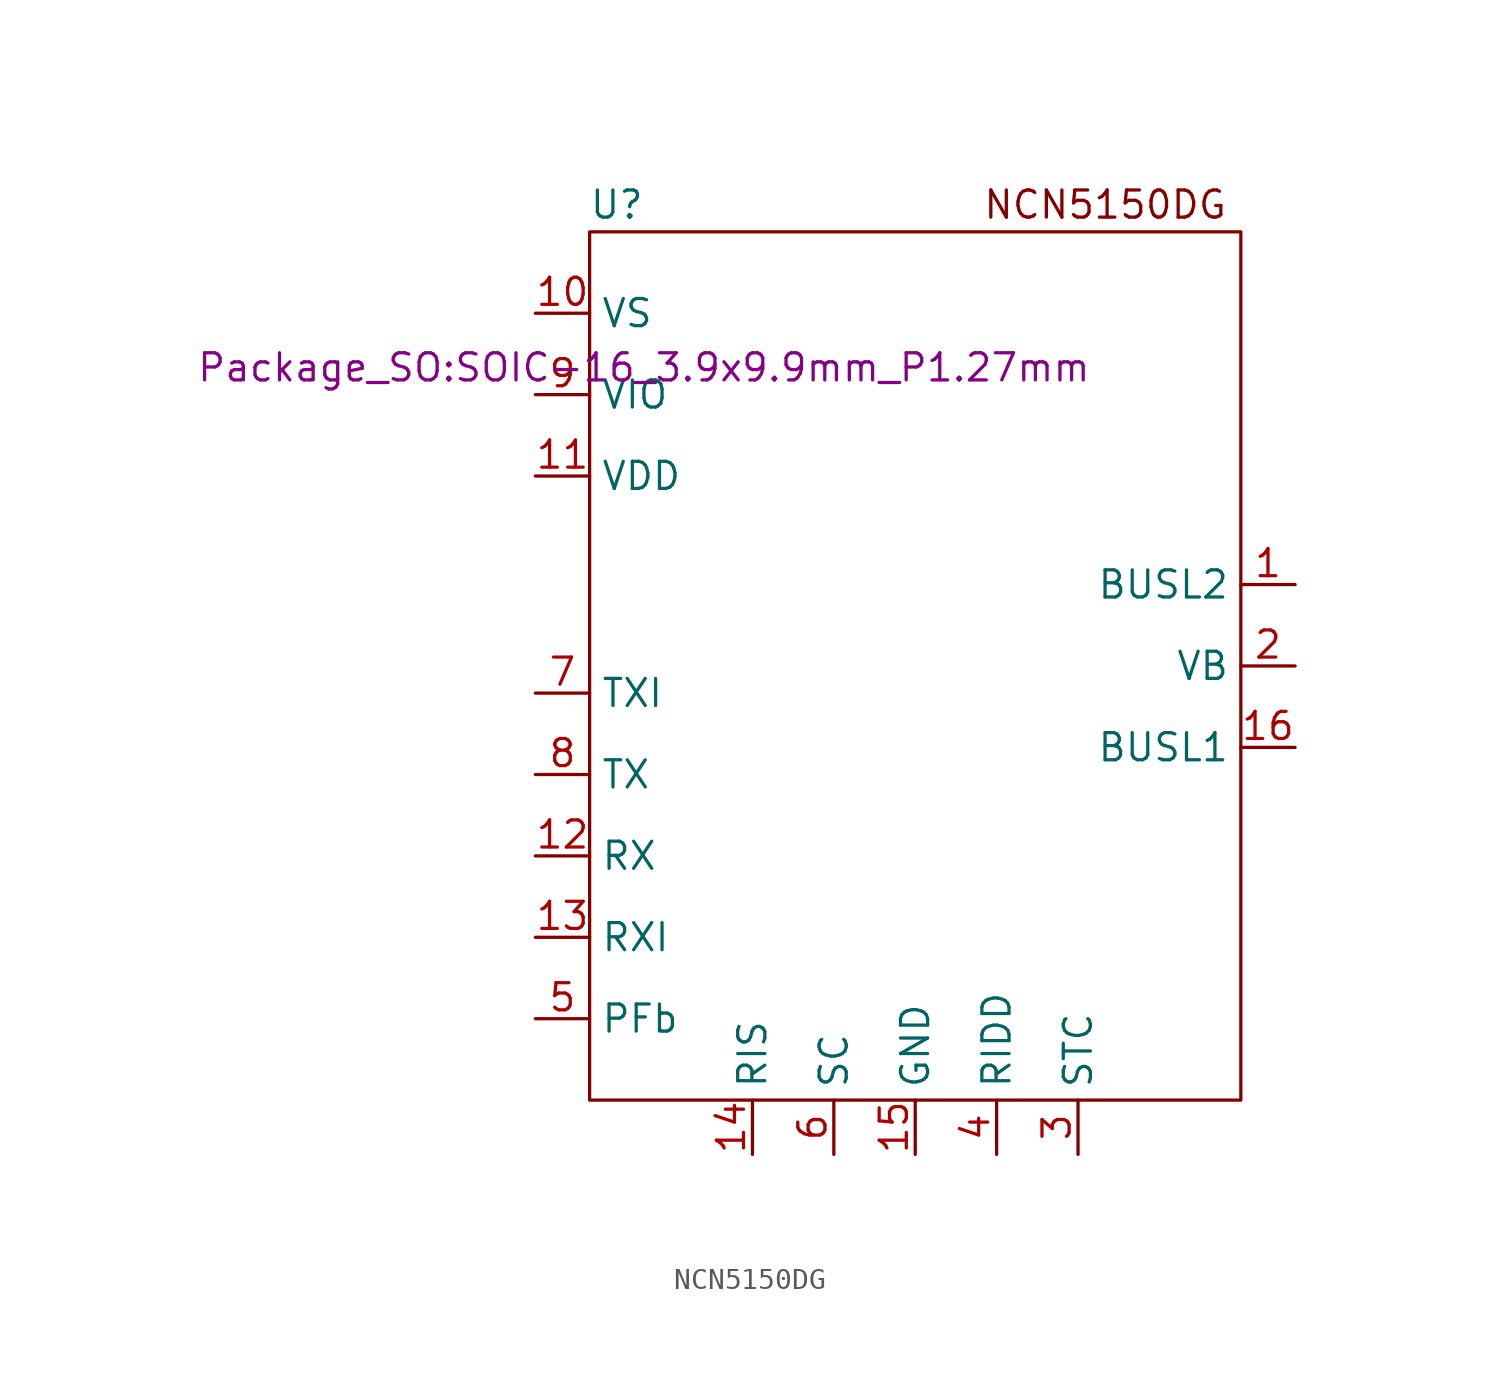
<source format=kicad_sym>
(kicad_symbol_lib
  (version 20220914)
  (generator kicad_symbol_editor)
  (symbol "NCN5150DG"
    (property "Reference" "U"
      (at -13.97 21.59 0)
      (effects (font (size 1.27 1.27))))
    (property "Value" ""
      (at -12.7 13.97 0)
      (effects (font (size 1.27 1.27))))
    (property "Footprint" "Package_SO:SOIC-16_3.9x9.9mm_P1.27mm"
      (at -12.7 13.97 0)
      (effects (font (size 1.27 1.27))))
    (symbol "NCN5150DG_0_1"
      (rectangle (start -15.24 20.32) (end 15.24 -20.32) (stroke (width 0) (type default)) (fill (type none))))
    (symbol "NCN5150DG_1_1"
      (text "NCN5150DG" (at 8.89 21.59 0) (effects (font (size 1.27 1.27))))
      (pin bidirectional line (at 17.78 3.81 180) (length 2.54) (name "BUSL2" (effects (font (size 1.27 1.27)))) (number "1" (effects (font (size 1.27 1.27)))))
      (pin output line (at -17.78 16.51 0) (length 2.54) (name "VS" (effects (font (size 1.27 1.27)))) (number "10" (effects (font (size 1.27 1.27)))))
      (pin power_in line (at -17.78 8.89 0) (length 2.54) (name "VDD" (effects (font (size 1.27 1.27)))) (number "11" (effects (font (size 1.27 1.27)))))
      (pin input line (at -17.78 -8.89 0) (length 2.54) (name "RX" (effects (font (size 1.27 1.27)))) (number "12" (effects (font (size 1.27 1.27)))))
      (pin input line (at -17.78 -12.7 0) (length 2.54) (name "RXI" (effects (font (size 1.27 1.27)))) (number "13" (effects (font (size 1.27 1.27)))))
      (pin input line (at -7.62 -22.86 90) (length 2.54) (name "RIS" (effects (font (size 1.27 1.27)))) (number "14" (effects (font (size 1.27 1.27)))))
      (pin power_in line (at 0 -22.86 90) (length 2.54) (name "GND" (effects (font (size 1.27 1.27)))) (number "15" (effects (font (size 1.27 1.27)))))
      (pin bidirectional line (at 17.78 -3.81 180) (length 2.54) (name "BUSL1" (effects (font (size 1.27 1.27)))) (number "16" (effects (font (size 1.27 1.27)))))
      (pin power_in line (at 17.78 0 180) (length 2.54) (name "VB" (effects (font (size 1.27 1.27)))) (number "2" (effects (font (size 1.27 1.27)))))
      (pin output line (at 7.62 -22.86 90) (length 2.54) (name "STC" (effects (font (size 1.27 1.27)))) (number "3" (effects (font (size 1.27 1.27)))))
      (pin input line (at 3.81 -22.86 90) (length 2.54) (name "RIDD" (effects (font (size 1.27 1.27)))) (number "4" (effects (font (size 1.27 1.27)))))
      (pin output line (at -17.78 -16.51 0) (length 2.54) (name "PFb" (effects (font (size 1.27 1.27)))) (number "5" (effects (font (size 1.27 1.27)))))
      (pin output line (at -3.81 -22.86 90) (length 2.54) (name "SC" (effects (font (size 1.27 1.27)))) (number "6" (effects (font (size 1.27 1.27)))))
      (pin output line (at -17.78 -1.27 0) (length 2.54) (name "TXI" (effects (font (size 1.27 1.27)))) (number "7" (effects (font (size 1.27 1.27)))))
      (pin output line (at -17.78 -5.08 0) (length 2.54) (name "TX" (effects (font (size 1.27 1.27)))) (number "8" (effects (font (size 1.27 1.27)))))
      (pin input line (at -17.78 12.7 0) (length 2.54) (name "VIO" (effects (font (size 1.27 1.27)))) (number "9" (effects (font (size 1.27 1.27))))))))
</source>
